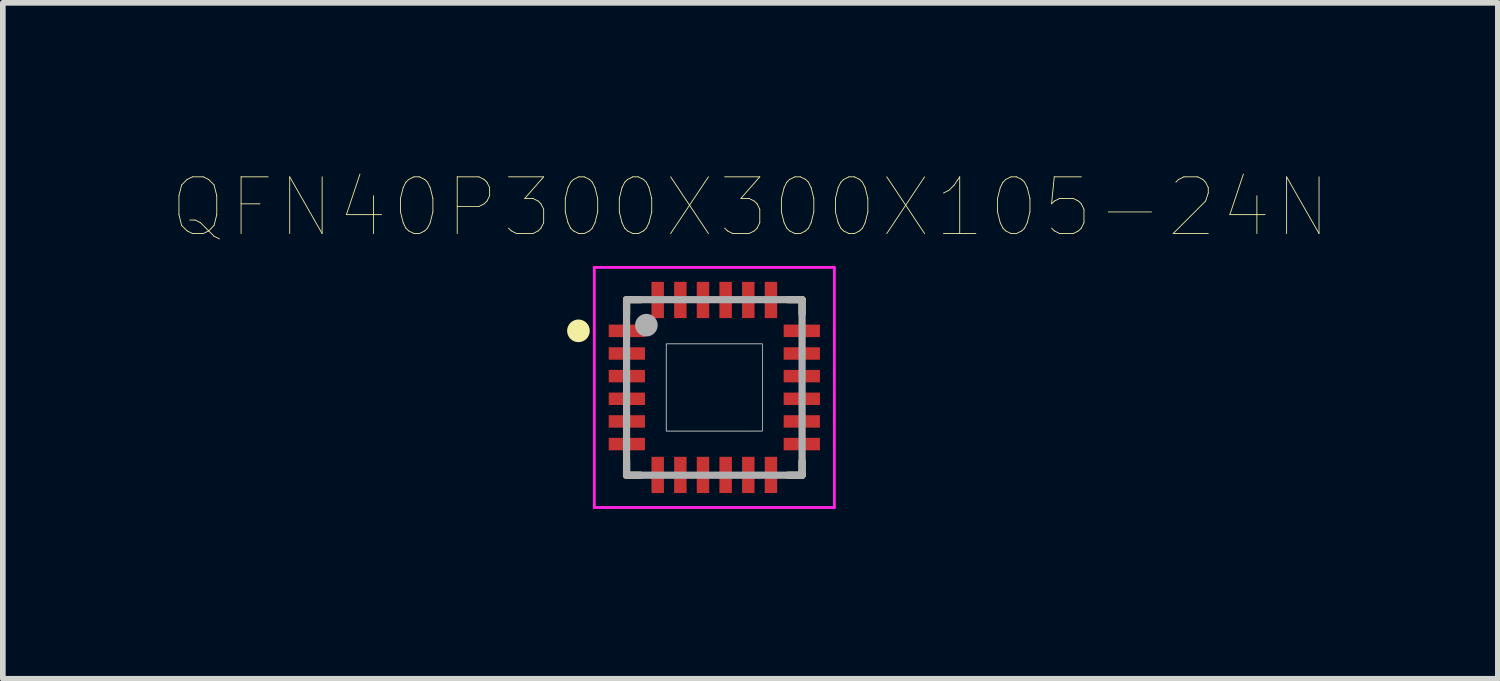
<source format=kicad_pcb>
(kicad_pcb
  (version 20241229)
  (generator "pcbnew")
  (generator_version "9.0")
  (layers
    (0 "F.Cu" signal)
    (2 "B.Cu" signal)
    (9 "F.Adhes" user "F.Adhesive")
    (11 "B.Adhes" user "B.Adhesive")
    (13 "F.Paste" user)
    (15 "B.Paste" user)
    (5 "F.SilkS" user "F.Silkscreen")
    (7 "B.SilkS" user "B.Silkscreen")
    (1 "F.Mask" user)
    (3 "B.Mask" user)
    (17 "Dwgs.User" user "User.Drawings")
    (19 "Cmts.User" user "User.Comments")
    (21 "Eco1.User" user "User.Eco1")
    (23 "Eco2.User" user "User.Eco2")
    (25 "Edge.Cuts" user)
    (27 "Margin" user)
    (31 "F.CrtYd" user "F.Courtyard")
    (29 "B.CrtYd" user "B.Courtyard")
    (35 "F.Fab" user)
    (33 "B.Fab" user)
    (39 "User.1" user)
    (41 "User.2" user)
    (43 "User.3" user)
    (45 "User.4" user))
  (footprint "QFN40P300X300X105-24N"
    (layer "F.Cu")
    (at 9.566 3.793)
    (property "Reference" "QFN40P300X300X105-24N" (at 0.636 -3.181 0) (layer "F.SilkS") (effects (font (size 1.002 1.002) (thickness 0.015))))
    (attr through_hole)
    (fp_line (start -1.55 -1.55) (end -1.55 -1.3) (stroke (width 0.127) (type solid)) (layer "F.SilkS"))
    (fp_line (start -1.55 1.3) (end -1.55 1.55) (stroke (width 0.127) (type solid)) (layer "F.SilkS"))
    (fp_line (start -1.55 1.55) (end -1.3 1.55) (stroke (width 0.127) (type solid)) (layer "F.SilkS"))
    (fp_line (start -1.3 -1.55) (end -1.55 -1.55) (stroke (width 0.127) (type solid)) (layer "F.SilkS"))
    (fp_line (start 1.3 -1.55) (end 1.55 -1.55) (stroke (width 0.127) (type solid)) (layer "F.SilkS"))
    (fp_line (start 1.55 -1.55) (end 1.55 -1.3) (stroke (width 0.127) (type solid)) (layer "F.SilkS"))
    (fp_line (start 1.55 1.3) (end 1.55 1.55) (stroke (width 0.127) (type solid)) (layer "F.SilkS"))
    (fp_line (start 1.55 1.55) (end 1.3 1.55) (stroke (width 0.127) (type solid)) (layer "F.SilkS"))
    (fp_circle (center -2.4 -1) (end -2.3 -1) (stroke (width 0.2) (type solid)) (fill no) (layer "F.SilkS"))
    (fp_poly (pts (xy -0.85 -0.77) (xy 0.85 -0.77) (xy 0.85 0.77) (xy -0.85 0.77)) (stroke (width 0.01) (type solid)) (fill no) (layer "Dwgs.User"))
    (fp_poly (pts (xy -0.85 -0.77) (xy 0.85 -0.77) (xy 0.85 0.77) (xy -0.85 0.77)) (stroke (width 0.01) (type solid)) (fill no) (layer "Dwgs.User"))
    (fp_line (start -2.12 -2.12) (end 2.12 -2.12) (stroke (width 0.05) (type solid)) (layer "F.CrtYd"))
    (fp_line (start -2.12 2.12) (end -2.12 -2.12) (stroke (width 0.05) (type solid)) (layer "F.CrtYd"))
    (fp_line (start 2.12 -2.12) (end 2.12 2.12) (stroke (width 0.05) (type solid)) (layer "F.CrtYd"))
    (fp_line (start 2.12 2.12) (end -2.12 2.12) (stroke (width 0.05) (type solid)) (layer "F.CrtYd"))
    (fp_line (start -1.55 -1.55) (end 1.55 -1.55) (stroke (width 0.127) (type solid)) (layer "F.Fab"))
    (fp_line (start -1.55 1.55) (end -1.55 -1.55) (stroke (width 0.127) (type solid)) (layer "F.Fab"))
    (fp_line (start 1.55 -1.55) (end 1.55 1.55) (stroke (width 0.127) (type solid)) (layer "F.Fab"))
    (fp_line (start 1.55 1.55) (end -1.55 1.55) (stroke (width 0.127) (type solid)) (layer "F.Fab"))
    (fp_circle (center -1.2 -1.1) (end -1.1 -1.1) (stroke (width 0.2) (type solid)) (fill no) (layer "F.Fab"))
    (pad "1" smd rect (at -1.545 -1) (size 0.64 0.22) (layers "F.Cu" "F.Mask" "F.Paste"))
    (pad "2" smd rect (at -1.545 -0.6) (size 0.64 0.22) (layers "F.Cu" "F.Mask" "F.Paste"))
    (pad "3" smd rect (at -1.545 -0.2) (size 0.64 0.22) (layers "F.Cu" "F.Mask" "F.Paste"))
    (pad "4" smd rect (at -1.545 0.2) (size 0.64 0.22) (layers "F.Cu" "F.Mask" "F.Paste"))
    (pad "5" smd rect (at -1.545 0.6) (size 0.64 0.22) (layers "F.Cu" "F.Mask" "F.Paste"))
    (pad "6" smd rect (at -1.545 1) (size 0.64 0.22) (layers "F.Cu" "F.Mask" "F.Paste"))
    (pad "7" smd rect (at -1 1.545) (size 0.22 0.64) (layers "F.Cu" "F.Mask" "F.Paste"))
    (pad "8" smd rect (at -0.6 1.545) (size 0.22 0.64) (layers "F.Cu" "F.Mask" "F.Paste"))
    (pad "9" smd rect (at -0.2 1.545) (size 0.22 0.64) (layers "F.Cu" "F.Mask" "F.Paste"))
    (pad "10" smd rect (at 0.2 1.545) (size 0.22 0.64) (layers "F.Cu" "F.Mask" "F.Paste"))
    (pad "11" smd rect (at 0.6 1.545) (size 0.22 0.64) (layers "F.Cu" "F.Mask" "F.Paste"))
    (pad "12" smd rect (at 1 1.545) (size 0.22 0.64) (layers "F.Cu" "F.Mask" "F.Paste"))
    (pad "13" smd rect (at 1.545 1) (size 0.64 0.22) (layers "F.Cu" "F.Mask" "F.Paste"))
    (pad "14" smd rect (at 1.545 0.6) (size 0.64 0.22) (layers "F.Cu" "F.Mask" "F.Paste"))
    (pad "15" smd rect (at 1.545 0.2) (size 0.64 0.22) (layers "F.Cu" "F.Mask" "F.Paste"))
    (pad "16" smd rect (at 1.545 -0.2) (size 0.64 0.22) (layers "F.Cu" "F.Mask" "F.Paste"))
    (pad "17" smd rect (at 1.545 -0.6) (size 0.64 0.22) (layers "F.Cu" "F.Mask" "F.Paste"))
    (pad "18" smd rect (at 1.545 -1) (size 0.64 0.22) (layers "F.Cu" "F.Mask" "F.Paste"))
    (pad "19" smd rect (at 1 -1.545) (size 0.22 0.64) (layers "F.Cu" "F.Mask" "F.Paste"))
    (pad "20" smd rect (at 0.6 -1.545) (size 0.22 0.64) (layers "F.Cu" "F.Mask" "F.Paste"))
    (pad "21" smd rect (at 0.2 -1.545) (size 0.22 0.64) (layers "F.Cu" "F.Mask" "F.Paste"))
    (pad "22" smd rect (at -0.2 -1.545) (size 0.22 0.64) (layers "F.Cu" "F.Mask" "F.Paste"))
    (pad "23" smd rect (at -0.6 -1.545) (size 0.22 0.64) (layers "F.Cu" "F.Mask" "F.Paste"))
    (pad "24" smd rect (at -1 -1.545) (size 0.22 0.64) (layers "F.Cu" "F.Mask" "F.Paste")))
  (gr_rect
    (start -3 -3)
    (end 23.404 8.938)
    (stroke (width 0.1) (type default))
    (fill no)
    (layer "Edge.Cuts")))
</source>
